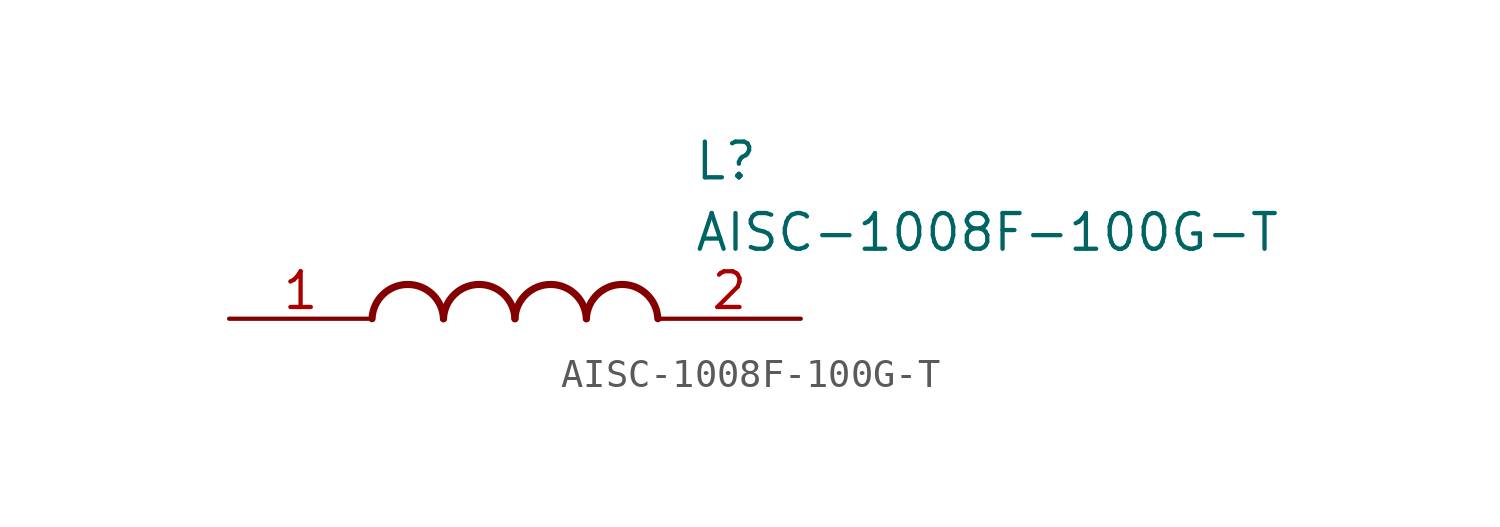
<source format=kicad_sym>
(kicad_symbol_lib
  (version 20211014)
  (generator SamacSys_ECAD_Model)
  (symbol "AISC-1008F-100G-T"
    (pin_names hide)
    (property "Reference" "L"
      (at 16.51 6.35 0)
      (effects (font (size 1.27 1.27)) (justify left top)))
    (property "Value" "AISC-1008F-100G-T"
      (at 16.51 3.81 0)
      (effects (font (size 1.27 1.27)) (justify left top)))
    (arc
      (start 7.62 0)
      (mid 6.35 1.219)
      (end 5.08 0)
      (stroke (width 0.254) (type default))
      (fill (type none)))
    (arc
      (start 10.16 0)
      (mid 8.89 1.219)
      (end 7.62 0)
      (stroke (width 0.254) (type default))
      (fill (type none)))
    (arc
      (start 12.7 0)
      (mid 11.43 1.219)
      (end 10.16 0)
      (stroke (width 0.254) (type default))
      (fill (type none)))
    (arc
      (start 15.24 0)
      (mid 13.97 1.219)
      (end 12.7 0)
      (stroke (width 0.254) (type default))
      (fill (type none)))
    (pin passive line
      (at 0 0 0)
      (length 5.08)
      (name "1" (effects (font (size 1.27 1.27))))
      (number "1" (effects (font (size 1.27 1.27)))))
    (pin passive line
      (at 20.32 0 180)
      (length 5.08)
      (name "2" (effects (font (size 1.27 1.27))))
      (number "2" (effects (font (size 1.27 1.27)))))))
</source>
